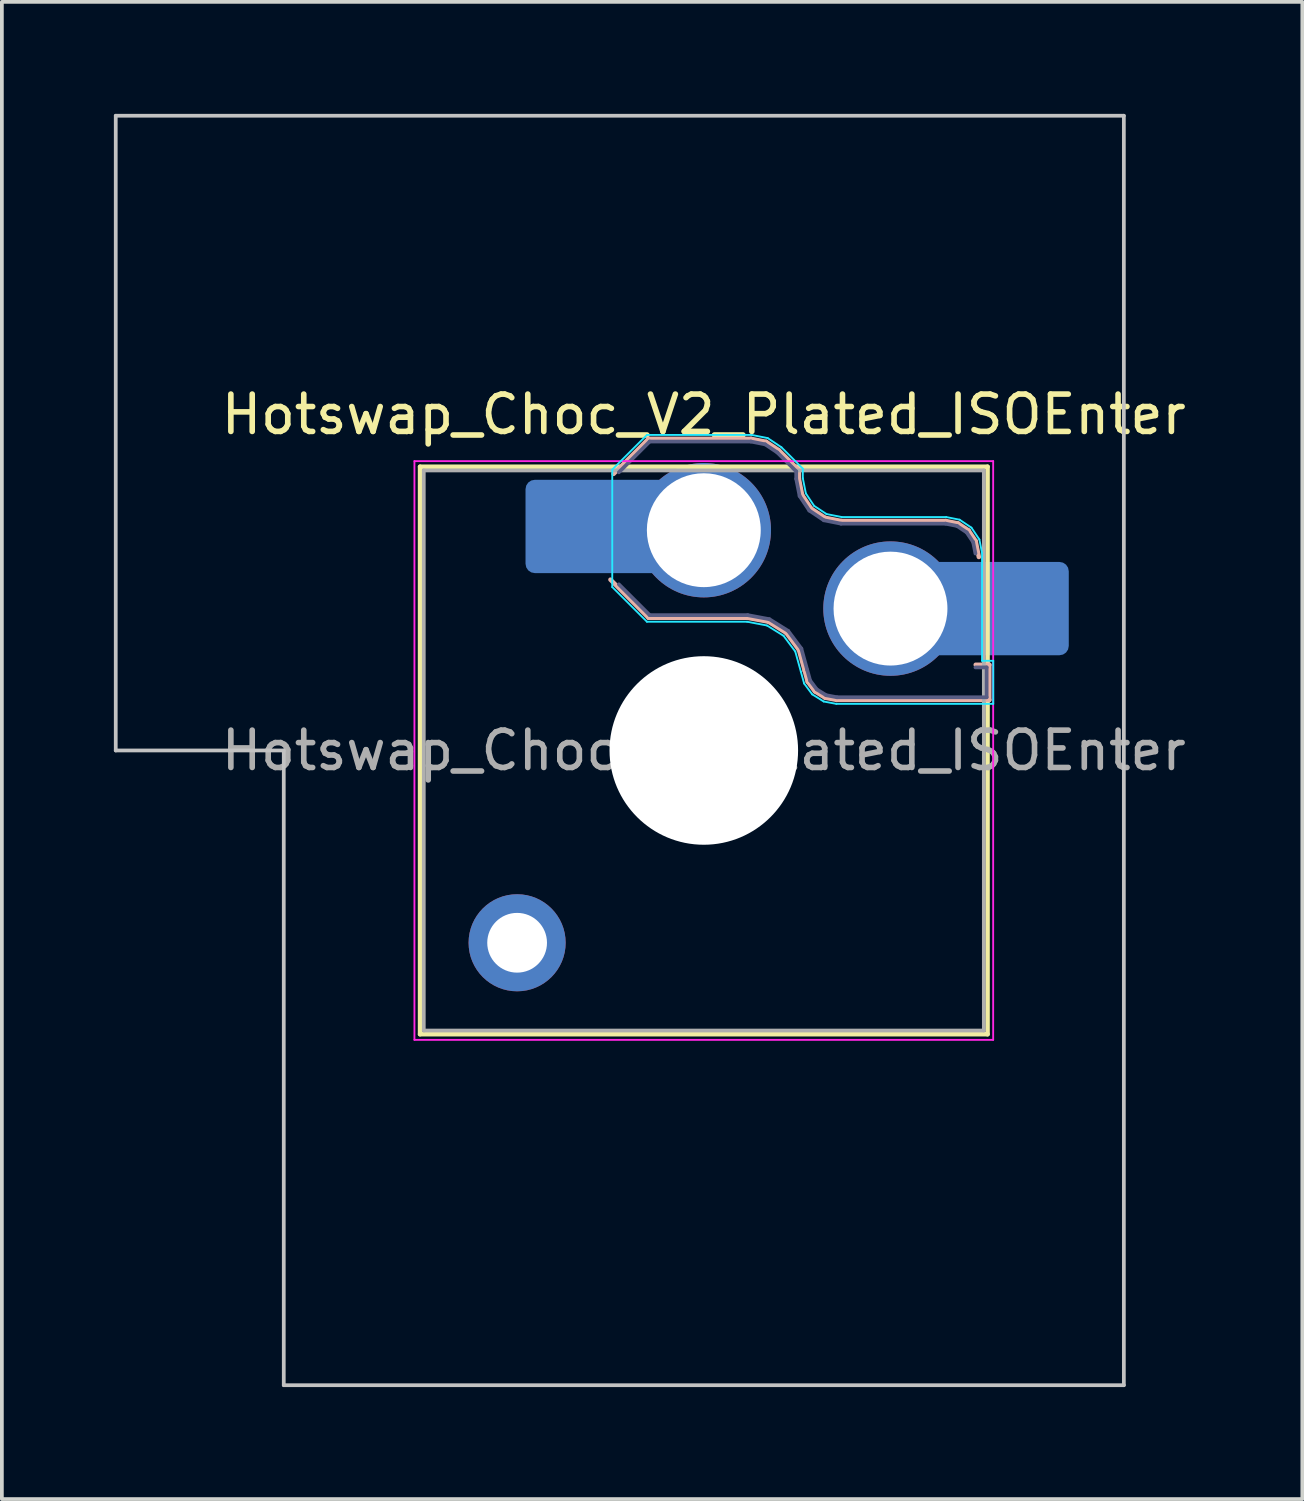
<source format=kicad_pcb>
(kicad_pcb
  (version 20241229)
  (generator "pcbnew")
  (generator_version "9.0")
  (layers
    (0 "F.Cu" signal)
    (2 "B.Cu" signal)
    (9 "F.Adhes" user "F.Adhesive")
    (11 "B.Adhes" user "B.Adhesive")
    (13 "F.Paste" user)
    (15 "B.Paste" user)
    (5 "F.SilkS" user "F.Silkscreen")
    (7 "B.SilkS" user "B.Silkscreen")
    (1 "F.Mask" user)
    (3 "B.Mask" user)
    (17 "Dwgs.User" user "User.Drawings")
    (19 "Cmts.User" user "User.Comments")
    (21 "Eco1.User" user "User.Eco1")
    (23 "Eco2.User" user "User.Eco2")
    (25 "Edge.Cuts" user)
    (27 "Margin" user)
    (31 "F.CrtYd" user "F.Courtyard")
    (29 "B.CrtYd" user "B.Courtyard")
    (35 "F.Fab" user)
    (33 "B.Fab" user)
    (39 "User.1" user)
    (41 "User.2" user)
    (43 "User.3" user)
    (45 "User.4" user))
  (footprint "Hotswap_Choc_V2_Plated_ISOEnter"
    (layer "F.Cu")
    (at 15.8 17.05)
    (property "Reference" "Hotswap_Choc_V2_Plated_ISOEnter" (at 0 -9 0) (layer "F.SilkS") (effects (font (size 1 1) (thickness 0.15))))
    (attr smd)
    (fp_line (start -7.6 -7.6) (end -7.6 7.6) (stroke (width 0.12) (type solid)) (layer "F.SilkS"))
    (fp_line (start -7.6 7.6) (end 7.6 7.6) (stroke (width 0.12) (type solid)) (layer "F.SilkS"))
    (fp_line (start 7.6 -7.6) (end -7.6 -7.6) (stroke (width 0.12) (type solid)) (layer "F.SilkS"))
    (fp_line (start 7.6 7.6) (end 7.6 -7.6) (stroke (width 0.12) (type solid)) (layer "F.SilkS"))
    (fp_line (start -2.416 -7.409) (end -1.479 -8.346) (stroke (width 0.12) (type solid)) (layer "B.SilkS"))
    (fp_line (start -1.479 -8.346) (end 1.268 -8.346) (stroke (width 0.12) (type solid)) (layer "B.SilkS"))
    (fp_line (start -1.479 -3.554) (end -2.5 -4.575) (stroke (width 0.12) (type solid)) (layer "B.SilkS"))
    (fp_line (start 1.168 -3.554) (end -1.479 -3.554) (stroke (width 0.12) (type solid)) (layer "B.SilkS"))
    (fp_line (start 1.268 -8.346) (end 1.671 -8.266) (stroke (width 0.12) (type solid)) (layer "B.SilkS"))
    (fp_line (start 1.671 -8.266) (end 2.013 -8.037) (stroke (width 0.12) (type solid)) (layer "B.SilkS"))
    (fp_line (start 1.73 -3.449) (end 1.168 -3.554) (stroke (width 0.12) (type solid)) (layer "B.SilkS"))
    (fp_line (start 2.013 -8.037) (end 2.546 -7.504) (stroke (width 0.12) (type solid)) (layer "B.SilkS"))
    (fp_line (start 2.209 -3.15) (end 1.73 -3.449) (stroke (width 0.12) (type solid)) (layer "B.SilkS"))
    (fp_line (start 2.546 -7.504) (end 2.546 -7.282) (stroke (width 0.12) (type solid)) (layer "B.SilkS"))
    (fp_line (start 2.546 -7.282) (end 2.633 -6.844) (stroke (width 0.12) (type solid)) (layer "B.SilkS"))
    (fp_line (start 2.547 -2.697) (end 2.209 -3.15) (stroke (width 0.12) (type solid)) (layer "B.SilkS"))
    (fp_line (start 2.633 -6.844) (end 2.877 -6.477) (stroke (width 0.12) (type solid)) (layer "B.SilkS"))
    (fp_line (start 2.701 -2.139) (end 2.547 -2.697) (stroke (width 0.12) (type solid)) (layer "B.SilkS"))
    (fp_line (start 2.783 -1.841) (end 2.701 -2.139) (stroke (width 0.12) (type solid)) (layer "B.SilkS"))
    (fp_line (start 2.877 -6.477) (end 3.244 -6.233) (stroke (width 0.12) (type solid)) (layer "B.SilkS"))
    (fp_line (start 2.976 -1.583) (end 2.783 -1.841) (stroke (width 0.12) (type solid)) (layer "B.SilkS"))
    (fp_line (start 3.244 -6.233) (end 3.682 -6.146) (stroke (width 0.12) (type solid)) (layer "B.SilkS"))
    (fp_line (start 3.25 -1.413) (end 2.976 -1.583) (stroke (width 0.12) (type solid)) (layer "B.SilkS"))
    (fp_line (start 3.56 -1.354) (end 3.25 -1.413) (stroke (width 0.12) (type solid)) (layer "B.SilkS"))
    (fp_line (start 3.682 -6.146) (end 6.482 -6.146) (stroke (width 0.12) (type solid)) (layer "B.SilkS"))
    (fp_line (start 6.482 -6.146) (end 6.809 -6.081) (stroke (width 0.12) (type solid)) (layer "B.SilkS"))
    (fp_line (start 6.809 -6.081) (end 7.092 -5.892) (stroke (width 0.12) (type solid)) (layer "B.SilkS"))
    (fp_line (start 7.092 -5.892) (end 7.281 -5.609) (stroke (width 0.12) (type solid)) (layer "B.SilkS"))
    (fp_line (start 7.281 -5.609) (end 7.366 -5.182) (stroke (width 0.12) (type solid)) (layer "B.SilkS"))
    (fp_line (start 7.283 -2.296) (end 7.646 -2.296) (stroke (width 0.12) (type solid)) (layer "B.SilkS"))
    (fp_line (start 7.646 -2.296) (end 7.646 -1.354) (stroke (width 0.12) (type solid)) (layer "B.SilkS"))
    (fp_line (start 7.646 -1.354) (end 3.56 -1.354) (stroke (width 0.12) (type solid)) (layer "B.SilkS"))
    (fp_line (start -15.75 -17) (end -15.75 0) (stroke (width 0.1) (type solid)) (layer "Dwgs.User"))
    (fp_line (start -15.75 0) (end -11.25 0) (stroke (width 0.1) (type solid)) (layer "Dwgs.User"))
    (fp_line (start -11.25 0) (end -11.25 17) (stroke (width 0.1) (type solid)) (layer "Dwgs.User"))
    (fp_line (start -11.25 17) (end 11.25 17) (stroke (width 0.1) (type solid)) (layer "Dwgs.User"))
    (fp_line (start 11.25 -17) (end -15.75 -17) (stroke (width 0.1) (type solid)) (layer "Dwgs.User"))
    (fp_line (start 11.25 17) (end 11.25 -17) (stroke (width 0.1) (type solid)) (layer "Dwgs.User"))
    (fp_line (start -7.25 -7.25) (end -7.25 7.25) (stroke (width 0.1) (type solid)) (layer "Eco1.User"))
    (fp_line (start -7.25 7.25) (end 7.25 7.25) (stroke (width 0.1) (type solid)) (layer "Eco1.User"))
    (fp_line (start 7.25 -7.25) (end -7.25 -7.25) (stroke (width 0.1) (type solid)) (layer "Eco1.User"))
    (fp_line (start 7.25 7.25) (end 7.25 -7.25) (stroke (width 0.1) (type solid)) (layer "Eco1.User"))
    (fp_line (start -2.452 -7.523) (end -1.523 -8.452) (stroke (width 0.05) (type solid)) (layer "B.CrtYd"))
    (fp_line (start -2.452 -4.377) (end -2.452 -7.523) (stroke (width 0.05) (type solid)) (layer "B.CrtYd"))
    (fp_line (start -1.523 -8.452) (end 1.278 -8.452) (stroke (width 0.05) (type solid)) (layer "B.CrtYd"))
    (fp_line (start -1.523 -3.448) (end -2.452 -4.377) (stroke (width 0.05) (type solid)) (layer "B.CrtYd"))
    (fp_line (start 1.159 -3.448) (end -1.523 -3.448) (stroke (width 0.05) (type solid)) (layer "B.CrtYd"))
    (fp_line (start 1.278 -8.452) (end 1.712 -8.366) (stroke (width 0.05) (type solid)) (layer "B.CrtYd"))
    (fp_line (start 1.691 -3.348) (end 1.159 -3.448) (stroke (width 0.05) (type solid)) (layer "B.CrtYd"))
    (fp_line (start 1.712 -8.366) (end 2.081 -8.119) (stroke (width 0.05) (type solid)) (layer "B.CrtYd"))
    (fp_line (start 2.081 -8.119) (end 2.652 -7.548) (stroke (width 0.05) (type solid)) (layer "B.CrtYd"))
    (fp_line (start 2.136 -3.071) (end 1.691 -3.348) (stroke (width 0.05) (type solid)) (layer "B.CrtYd"))
    (fp_line (start 2.45 -2.65) (end 2.136 -3.071) (stroke (width 0.05) (type solid)) (layer "B.CrtYd"))
    (fp_line (start 2.599 -2.111) (end 2.45 -2.65) (stroke (width 0.05) (type solid)) (layer "B.CrtYd"))
    (fp_line (start 2.652 -7.548) (end 2.652 -7.292) (stroke (width 0.05) (type solid)) (layer "B.CrtYd"))
    (fp_line (start 2.652 -7.292) (end 2.733 -6.885) (stroke (width 0.05) (type solid)) (layer "B.CrtYd"))
    (fp_line (start 2.687 -1.794) (end 2.599 -2.111) (stroke (width 0.05) (type solid)) (layer "B.CrtYd"))
    (fp_line (start 2.733 -6.885) (end 2.953 -6.553) (stroke (width 0.05) (type solid)) (layer "B.CrtYd"))
    (fp_line (start 2.903 -1.503) (end 2.687 -1.794) (stroke (width 0.05) (type solid)) (layer "B.CrtYd"))
    (fp_line (start 2.953 -6.553) (end 3.285 -6.333) (stroke (width 0.05) (type solid)) (layer "B.CrtYd"))
    (fp_line (start 3.211 -1.312) (end 2.903 -1.503) (stroke (width 0.05) (type solid)) (layer "B.CrtYd"))
    (fp_line (start 3.285 -6.333) (end 3.692 -6.252) (stroke (width 0.05) (type solid)) (layer "B.CrtYd"))
    (fp_line (start 3.55 -1.248) (end 3.211 -1.312) (stroke (width 0.05) (type solid)) (layer "B.CrtYd"))
    (fp_line (start 3.692 -6.252) (end 6.492 -6.252) (stroke (width 0.05) (type solid)) (layer "B.CrtYd"))
    (fp_line (start 6.492 -6.252) (end 6.85 -6.181) (stroke (width 0.05) (type solid)) (layer "B.CrtYd"))
    (fp_line (start 6.85 -6.181) (end 7.168 -5.968) (stroke (width 0.05) (type solid)) (layer "B.CrtYd"))
    (fp_line (start 7.168 -5.968) (end 7.381 -5.65) (stroke (width 0.05) (type solid)) (layer "B.CrtYd"))
    (fp_line (start 7.381 -5.65) (end 7.452 -5.292) (stroke (width 0.05) (type solid)) (layer "B.CrtYd"))
    (fp_line (start 7.452 -5.292) (end 7.452 -2.402) (stroke (width 0.05) (type solid)) (layer "B.CrtYd"))
    (fp_line (start 7.452 -2.402) (end 7.752 -2.402) (stroke (width 0.05) (type solid)) (layer "B.CrtYd"))
    (fp_line (start 7.752 -2.402) (end 7.752 -1.248) (stroke (width 0.05) (type solid)) (layer "B.CrtYd"))
    (fp_line (start 7.752 -1.248) (end 3.55 -1.248) (stroke (width 0.05) (type solid)) (layer "B.CrtYd"))
    (fp_line (start -7.75 -7.75) (end -7.75 7.75) (stroke (width 0.05) (type solid)) (layer "F.CrtYd"))
    (fp_line (start -7.75 7.75) (end 7.75 7.75) (stroke (width 0.05) (type solid)) (layer "F.CrtYd"))
    (fp_line (start 7.75 -7.75) (end -7.75 -7.75) (stroke (width 0.05) (type solid)) (layer "F.CrtYd"))
    (fp_line (start 7.75 7.75) (end 7.75 -7.75) (stroke (width 0.05) (type solid)) (layer "F.CrtYd"))
    (fp_line (start -2.275 -7.45) (end -1.45 -8.275) (stroke (width 0.1) (type solid)) (layer "B.Fab"))
    (fp_line (start -1.45 -8.275) (end 1.261 -8.275) (stroke (width 0.1) (type solid)) (layer "B.Fab"))
    (fp_line (start -1.45 -3.625) (end -2.275 -4.45) (stroke (width 0.1) (type solid)) (layer "B.Fab"))
    (fp_line (start 1.175 -3.625) (end -1.45 -3.625) (stroke (width 0.1) (type solid)) (layer "B.Fab"))
    (fp_line (start 1.261 -8.275) (end 1.643 -8.199) (stroke (width 0.1) (type solid)) (layer "B.Fab"))
    (fp_line (start 1.643 -8.199) (end 1.968 -7.982) (stroke (width 0.1) (type solid)) (layer "B.Fab"))
    (fp_line (start 1.756 -3.516) (end 1.175 -3.625) (stroke (width 0.1) (type solid)) (layer "B.Fab"))
    (fp_line (start 1.968 -7.982) (end 2.475 -7.475) (stroke (width 0.1) (type solid)) (layer "B.Fab"))
    (fp_line (start 2.258 -3.203) (end 1.756 -3.516) (stroke (width 0.1) (type solid)) (layer "B.Fab"))
    (fp_line (start 2.475 -7.475) (end 2.475 -7.275) (stroke (width 0.1) (type solid)) (layer "B.Fab"))
    (fp_line (start 2.475 -7.275) (end 2.566 -6.816) (stroke (width 0.1) (type solid)) (layer "B.Fab"))
    (fp_line (start 2.566 -6.816) (end 2.826 -6.426) (stroke (width 0.1) (type solid)) (layer "B.Fab"))
    (fp_line (start 2.612 -2.729) (end 2.258 -3.203) (stroke (width 0.1) (type solid)) (layer "B.Fab"))
    (fp_line (start 2.769 -2.158) (end 2.612 -2.729) (stroke (width 0.1) (type solid)) (layer "B.Fab"))
    (fp_line (start 2.826 -6.426) (end 3.216 -6.166) (stroke (width 0.1) (type solid)) (layer "B.Fab"))
    (fp_line (start 2.848 -1.873) (end 2.769 -2.158) (stroke (width 0.1) (type solid)) (layer "B.Fab"))
    (fp_line (start 3.025 -1.636) (end 2.848 -1.873) (stroke (width 0.1) (type solid)) (layer "B.Fab"))
    (fp_line (start 3.216 -6.166) (end 3.675 -6.075) (stroke (width 0.1) (type solid)) (layer "B.Fab"))
    (fp_line (start 3.276 -1.48) (end 3.025 -1.636) (stroke (width 0.1) (type solid)) (layer "B.Fab"))
    (fp_line (start 3.567 -1.425) (end 3.276 -1.48) (stroke (width 0.1) (type solid)) (layer "B.Fab"))
    (fp_line (start 3.675 -6.075) (end 6.475 -6.075) (stroke (width 0.1) (type solid)) (layer "B.Fab"))
    (fp_line (start 6.475 -6.075) (end 6.781 -6.014) (stroke (width 0.1) (type solid)) (layer "B.Fab"))
    (fp_line (start 6.781 -6.014) (end 7.041 -5.841) (stroke (width 0.1) (type solid)) (layer "B.Fab"))
    (fp_line (start 7.041 -5.841) (end 7.214 -5.581) (stroke (width 0.1) (type solid)) (layer "B.Fab"))
    (fp_line (start 7.214 -5.581) (end 7.275 -5.275) (stroke (width 0.1) (type solid)) (layer "B.Fab"))
    (fp_line (start 7.275 -2.225) (end 7.575 -2.225) (stroke (width 0.1) (type solid)) (layer "B.Fab"))
    (fp_line (start 7.575 -2.225) (end 7.575 -1.425) (stroke (width 0.1) (type solid)) (layer "B.Fab"))
    (fp_line (start 7.575 -1.425) (end 3.567 -1.425) (stroke (width 0.1) (type solid)) (layer "B.Fab"))
    (fp_line (start -7.5 -7.5) (end -7.5 7.5) (stroke (width 0.1) (type solid)) (layer "F.Fab"))
    (fp_line (start -7.5 7.5) (end 7.5 7.5) (stroke (width 0.1) (type solid)) (layer "F.Fab"))
    (fp_line (start 7.5 -7.5) (end -7.5 -7.5) (stroke (width 0.1) (type solid)) (layer "F.Fab"))
    (fp_line (start 7.5 7.5) (end 7.5 -7.5) (stroke (width 0.1) (type solid)) (layer "F.Fab"))
    (fp_text user "${REFERENCE}" (at 0 0 0) (layer "F.Fab") (effects (font (size 1 1) (thickness 0.15))))
    (pad "" thru_hole circle (at -5 5.15) (size 2.6 2.6) (drill 1.6) (layers "*.Cu" "*.Mask"))
    (pad "" smd roundrect (at -3.5 -6) (size 2.55 2.5) (layers "B.Mask" "B.Paste") (roundrect_rratio 0.1))
    (pad "" np_thru_hole circle (at 0 0) (size 5.05 5.05) (drill 5.05) (layers "*.Cu" "*.Mask"))
    (pad "" smd roundrect (at 8.5 -3.8) (size 2.55 2.5) (layers "B.Mask" "B.Paste") (roundrect_rratio 0.1))
    (pad "1" smd roundrect (at -2.85 -6) (size 3.85 2.5) (layers "B.Cu") (roundrect_rratio 0.1))
    (pad "1" thru_hole circle (at 0 -5.9) (size 3.6 3.6) (drill 3.05) (layers "*.Cu" "*.Mask"))
    (pad "2" thru_hole circle (at 5 -3.8) (size 3.6 3.6) (drill 3.05) (layers "*.Cu" "*.Mask"))
    (pad "2" smd roundrect (at 7.85 -3.8) (size 3.85 2.5) (layers "B.Cu") (roundrect_rratio 0.1)))
  (gr_rect
    (start -3 -3)
    (end 31.83 37.1)
    (stroke (width 0.1) (type default))
    (fill no)
    (layer "Edge.Cuts")))
</source>
